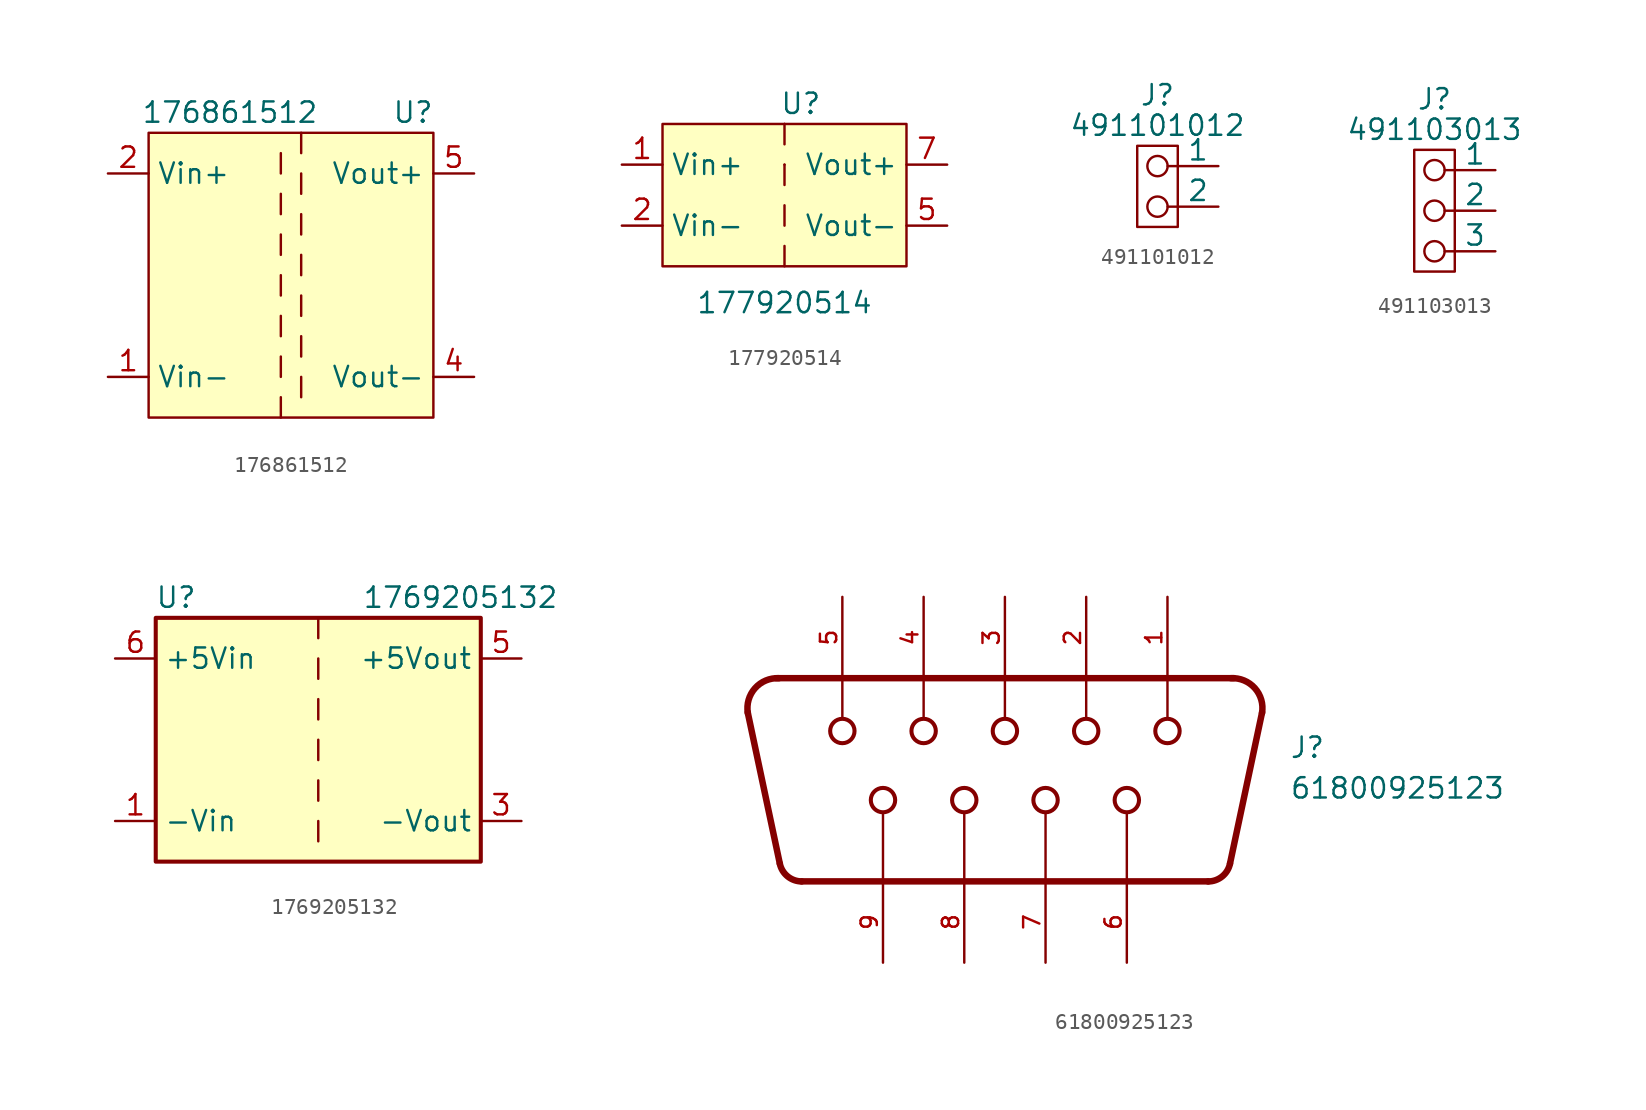
<source format=kicad_sym>
(kicad_symbol_lib
  (version 20231120)
  (generator "kicad_symbol_editor")
  (generator_version "8.0")
  (symbol "176861512"
    (property "Reference" "U"
      (at 7.62 10.16 0)
      (effects (font (size 1.27 1.27))))
    (property "Value" "176861512"
      (at -3.81 10.16 0)
      (effects (font (size 1.27 1.27))))
    (symbol "176861512_0_1"
      (rectangle (start -8.89 8.89) (end 8.89 -8.89) (stroke (width 0) (type default)) (fill (type background)))
      (polyline (pts (xy -0.635 -8.89) (xy -0.635 -7.62)) (stroke (width 0) (type default)) (fill (type none)))
      (polyline (pts (xy -0.635 -6.35) (xy -0.635 -5.08)) (stroke (width 0) (type default)) (fill (type none)))
      (polyline (pts (xy -0.635 -3.81) (xy -0.635 -2.54)) (stroke (width 0) (type default)) (fill (type none)))
      (polyline (pts (xy -0.635 -1.27) (xy -0.635 0)) (stroke (width 0) (type default)) (fill (type none)))
      (polyline (pts (xy -0.635 1.27) (xy -0.635 2.54)) (stroke (width 0) (type default)) (fill (type none)))
      (polyline (pts (xy -0.635 3.81) (xy -0.635 5.08)) (stroke (width 0) (type default)) (fill (type none)))
      (polyline (pts (xy -0.635 6.35) (xy -0.635 7.62)) (stroke (width 0) (type default)) (fill (type none)))
      (polyline (pts (xy 0.635 -6.35) (xy 0.635 -7.62)) (stroke (width 0) (type default)) (fill (type none)))
      (polyline (pts (xy 0.635 -3.81) (xy 0.635 -5.08)) (stroke (width 0) (type default)) (fill (type none)))
      (polyline (pts (xy 0.635 -1.27) (xy 0.635 -2.54)) (stroke (width 0) (type default)) (fill (type none)))
      (polyline (pts (xy 0.635 1.27) (xy 0.635 0)) (stroke (width 0) (type default)) (fill (type none)))
      (polyline (pts (xy 0.635 3.81) (xy 0.635 2.54)) (stroke (width 0) (type default)) (fill (type none)))
      (polyline (pts (xy 0.635 6.35) (xy 0.635 5.08)) (stroke (width 0) (type default)) (fill (type none)))
      (polyline (pts (xy 0.635 8.89) (xy 0.635 7.62)) (stroke (width 0) (type default)) (fill (type none))))
    (symbol "176861512_1_1"
      (pin passive line (at -11.43 -6.35 0) (length 2.54) (name "Vin-" (effects (font (size 1.27 1.27)))) (number "1" (effects (font (size 1.27 1.27)))))
      (pin passive line (at -11.43 6.35 0) (length 2.54) (name "Vin+" (effects (font (size 1.27 1.27)))) (number "2" (effects (font (size 1.27 1.27)))))
      (pin passive line (at 11.43 -6.35 180) (length 2.54) (name "Vout-" (effects (font (size 1.27 1.27)))) (number "4" (effects (font (size 1.27 1.27)))))
      (pin passive line (at 11.43 6.35 180) (length 2.54) (name "Vout+" (effects (font (size 1.27 1.27)))) (number "5" (effects (font (size 1.27 1.27)))))))
  (symbol "177920514"
    (property "Reference" "U"
      (at 1.016 5.08 0)
      (effects (font (size 1.27 1.27))))
    (property "Value" "177920514"
      (at 0 -7.366 0)
      (effects (font (size 1.27 1.27))))
    (symbol "177920514_0_1"
      (polyline (pts (xy 0 -3.81) (xy 0 -5.08)) (stroke (width 0) (type default)) (fill (type none)))
      (polyline (pts (xy 0 -1.27) (xy 0 -2.54)) (stroke (width 0) (type default)) (fill (type none)))
      (polyline (pts (xy 0 0) (xy 0 1.27)) (stroke (width 0) (type default)) (fill (type none)))
      (polyline (pts (xy 0 1.27) (xy 0 1.27)) (stroke (width 0) (type default)) (fill (type none)))
      (polyline (pts (xy 0 2.54) (xy 0 3.81)) (stroke (width 0) (type default)) (fill (type none)))
      (polyline (pts (xy 0 3.81) (xy 0 3.81)) (stroke (width 0) (type default)) (fill (type none))))
    (symbol "177920514_1_1"
      (rectangle (start -7.62 3.81) (end 7.62 -5.08) (stroke (width 0) (type default)) (fill (type background)))
      (pin input line (at -10.16 1.27 0) (length 2.54) (name "Vin+" (effects (font (size 1.27 1.27)))) (number "1" (effects (font (size 1.27 1.27)))))
      (pin input line (at -10.16 -2.54 0) (length 2.54) (name "Vin-" (effects (font (size 1.27 1.27)))) (number "2" (effects (font (size 1.27 1.27)))))
      (pin input line (at 10.16 -2.54 180) (length 2.54) (name "Vout-" (effects (font (size 1.27 1.27)))) (number "5" (effects (font (size 1.27 1.27)))))
      (pin input line (at 10.16 1.27 180) (length 2.54) (name "Vout+" (effects (font (size 1.27 1.27)))) (number "7" (effects (font (size 1.27 1.27)))))))
  (symbol "491101012"
    (pin_numbers hide)
    (pin_names
      (offset 0))
    (property "Reference" "J"
      (at 0 6.985 0)
      (effects (font (size 1.27 1.27))))
    (property "Value" "491101012"
      (at 0 5.08 0)
      (effects (font (size 1.27 1.27))))
    (symbol "491101012_0_1"
      (rectangle (start -1.27 3.81) (end 1.27 -1.27) (stroke (width 0) (type default)) (fill (type none)))
      (polyline (pts (xy 0.635 0) (xy 1.27 0)) (stroke (width 0) (type default)) (fill (type none)))
      (polyline (pts (xy 0.635 2.54) (xy 1.27 2.54)) (stroke (width 0) (type default)) (fill (type none)))
      (circle (center 0 0) (radius 0.635) (stroke (width 0) (type default)) (fill (type none)))
      (circle (center 0 2.54) (radius 0.635) (stroke (width 0) (type default)) (fill (type none))))
    (symbol "491101012_1_1"
      (pin passive line (at 3.81 2.54 180) (length 2.54) (name "1" (effects (font (size 1.27 1.27)))) (number "1" (effects (font (size 1.27 1.27)))))
      (pin passive line (at 3.81 0 180) (length 2.54) (name "2" (effects (font (size 1.27 1.27)))) (number "2" (effects (font (size 1.27 1.27)))))))
  (symbol "491103013"
    (pin_numbers hide)
    (pin_names
      (offset 0))
    (property "Reference" "J"
      (at 0 6.985 0)
      (effects (font (size 1.27 1.27))))
    (property "Value" "491103013"
      (at 0 5.08 0)
      (effects (font (size 1.27 1.27))))
    (symbol "491103013_0_1"
      (circle (center 0 -2.54) (radius 0.635) (stroke (width 0) (type default)) (fill (type none)))
      (polyline (pts (xy 0.635 -2.54) (xy 1.27 -2.54)) (stroke (width 0) (type default)) (fill (type none)))
      (polyline (pts (xy 0.635 0) (xy 1.27 0)) (stroke (width 0) (type default)) (fill (type none)))
      (polyline (pts (xy 0.635 2.54) (xy 1.27 2.54)) (stroke (width 0) (type default)) (fill (type none)))
      (circle (center 0 0) (radius 0.635) (stroke (width 0) (type default)) (fill (type none)))
      (circle (center 0 2.54) (radius 0.635) (stroke (width 0) (type default)) (fill (type none)))
      (rectangle (start 1.27 -3.81) (end -1.27 3.81) (stroke (width 0) (type default)) (fill (type none))))
    (symbol "491103013_1_1"
      (pin passive line (at 3.81 2.54 180) (length 2.54) (name "1" (effects (font (size 1.27 1.27)))) (number "1" (effects (font (size 1.27 1.27)))))
      (pin passive line (at 3.81 0 180) (length 2.54) (name "2" (effects (font (size 1.27 1.27)))) (number "2" (effects (font (size 1.27 1.27)))))
      (pin passive line (at 3.81 -2.54 180) (length 2.54) (name "3" (effects (font (size 1.27 1.27)))) (number "3" (effects (font (size 1.27 1.27)))))))
  (symbol "1769205132"
    (property "Reference" "U"
      (at -8.89 8.89 0)
      (effects (font (size 1.27 1.27))))
    (property "Value" "1769205132"
      (at 8.89 8.89 0)
      (effects (font (size 1.27 1.27))))
    (symbol "1769205132_0_1"
      (rectangle (start -10.16 7.62) (end 10.16 -7.62) (stroke (width 0.254) (type default)) (fill (type background)))
      (polyline (pts (xy 0 -5.08) (xy 0 -6.35)) (stroke (width 0) (type default)) (fill (type none)))
      (polyline (pts (xy 0 -2.54) (xy 0 -3.81)) (stroke (width 0) (type default)) (fill (type none)))
      (polyline (pts (xy 0 0) (xy 0 -1.27)) (stroke (width 0) (type default)) (fill (type none)))
      (polyline (pts (xy 0 2.54) (xy 0 1.27)) (stroke (width 0) (type default)) (fill (type none)))
      (polyline (pts (xy 0 5.08) (xy 0 3.81)) (stroke (width 0) (type default)) (fill (type none)))
      (polyline (pts (xy 0 7.62) (xy 0 6.35)) (stroke (width 0) (type default)) (fill (type none))))
    (symbol "1769205132_1_1"
      (pin power_in line (at -12.7 -5.08 0) (length 2.54) (name "-Vin" (effects (font (size 1.27 1.27)))) (number "1" (effects (font (size 1.27 1.27)))))
      (pin power_out line (at 12.7 -5.08 180) (length 2.54) (name "-Vout" (effects (font (size 1.27 1.27)))) (number "3" (effects (font (size 1.27 1.27)))))
      (pin power_out line (at 12.7 5.08 180) (length 2.54) (name "+5Vout" (effects (font (size 1.27 1.27)))) (number "5" (effects (font (size 1.27 1.27)))))
      (pin power_in line (at -12.7 5.08 0) (length 2.54) (name "+5Vin" (effects (font (size 1.27 1.27)))) (number "6" (effects (font (size 1.27 1.27)))))))
  (symbol "61800925123"
    (pin_names
      (offset 1.016))
    (property "Reference" "J"
      (at 17.78 0 0)
      (effects (font (size 1.27 1.27)) (justify left bottom)))
    (property "Value" "61800925123"
      (at 17.78 -2.54 0)
      (effects (font (size 1.27 1.27)) (justify left bottom)))
    (symbol "61800925123_0_0"
      (arc (start -14.1242 5.078) (mid -15.6205 4.4502) (end -16.0669 2.9006) (stroke (width 0.4064) (type default)) (fill (type none)))
      (arc (start -14.0694 -6.5054) (mid -13.586 -7.303) (end -12.7018 -7.624) (stroke (width 0.4064) (type default)) (fill (type none)))
      (circle (center -10.16 1.778) (radius 0.762) (stroke (width 0.254) (type default)) (fill (type none)))
      (circle (center -7.62 -2.54) (radius 0.762) (stroke (width 0.254) (type default)) (fill (type none)))
      (circle (center -5.08 1.778) (radius 0.762) (stroke (width 0.254) (type default)) (fill (type none)))
      (circle (center -2.54 -2.54) (radius 0.762) (stroke (width 0.254) (type default)) (fill (type none)))
      (polyline (pts (xy -16.076 2.95) (xy -14.069 -6.505)) (stroke (width 0.406) (type default)) (fill (type none)))
      (polyline (pts (xy -14.3 5.08) (xy 14.3 5.08)) (stroke (width 0.406) (type default)) (fill (type none)))
      (polyline (pts (xy -10.16 2.54) (xy -10.16 5.08)) (stroke (width 0.152) (type default)) (fill (type none)))
      (polyline (pts (xy -7.62 -7.66) (xy -7.62 -3.31)) (stroke (width 0.152) (type default)) (fill (type none)))
      (polyline (pts (xy -5.08 2.54) (xy -5.08 5.08)) (stroke (width 0.152) (type default)) (fill (type none)))
      (polyline (pts (xy -2.54 -7.66) (xy -2.54 -3.31)) (stroke (width 0.152) (type default)) (fill (type none)))
      (polyline (pts (xy 0 2.54) (xy 0 5.08)) (stroke (width 0.152) (type default)) (fill (type none)))
      (polyline (pts (xy 2.54 -7.66) (xy 2.54 -3.31)) (stroke (width 0.152) (type default)) (fill (type none)))
      (polyline (pts (xy 5.08 2.54) (xy 5.08 5.08)) (stroke (width 0.152) (type default)) (fill (type none)))
      (polyline (pts (xy 7.62 -7.66) (xy 7.62 -3.31)) (stroke (width 0.152) (type default)) (fill (type none)))
      (polyline (pts (xy 10.16 2.54) (xy 10.16 5.08)) (stroke (width 0.152) (type default)) (fill (type none)))
      (polyline (pts (xy 12.7 -7.62) (xy -12.7 -7.62)) (stroke (width 0.406) (type default)) (fill (type none)))
      (polyline (pts (xy 16.076 2.95) (xy 14.069 -6.505)) (stroke (width 0.406) (type default)) (fill (type none)))
      (circle (center 0 1.778) (radius 0.762) (stroke (width 0.254) (type default)) (fill (type none)))
      (circle (center 2.54 -2.54) (radius 0.762) (stroke (width 0.254) (type default)) (fill (type none)))
      (circle (center 5.08 1.778) (radius 0.762) (stroke (width 0.254) (type default)) (fill (type none)))
      (circle (center 7.62 -2.54) (radius 0.762) (stroke (width 0.254) (type default)) (fill (type none)))
      (circle (center 10.16 1.778) (radius 0.762) (stroke (width 0.254) (type default)) (fill (type none)))
      (arc (start 12.7018 -7.624) (mid 13.5829 -7.3058) (end 14.0694 -6.5054) (stroke (width 0.4064) (type default)) (fill (type none)))
      (arc (start 16.0669 2.9006) (mid 15.6179 4.456) (end 14.1242 5.078) (stroke (width 0.4064) (type default)) (fill (type none)))
      (pin bidirectional line (at 10.16 10.16 270) (length 5.08) (name "~" (effects (font (size 1.016 1.016)))) (number "1" (effects (font (size 1.016 1.016)))))
      (pin bidirectional line (at 5.08 10.16 270) (length 5.08) (name "~" (effects (font (size 1.016 1.016)))) (number "2" (effects (font (size 1.016 1.016)))))
      (pin bidirectional line (at 0 10.16 270) (length 5.08) (name "~" (effects (font (size 1.016 1.016)))) (number "3" (effects (font (size 1.016 1.016)))))
      (pin bidirectional line (at -5.08 10.16 270) (length 5.08) (name "~" (effects (font (size 1.016 1.016)))) (number "4" (effects (font (size 1.016 1.016)))))
      (pin bidirectional line (at -10.16 10.16 270) (length 5.08) (name "~" (effects (font (size 1.016 1.016)))) (number "5" (effects (font (size 1.016 1.016)))))
      (pin bidirectional line (at 7.62 -12.7 90) (length 5.08) (name "~" (effects (font (size 1.016 1.016)))) (number "6" (effects (font (size 1.016 1.016)))))
      (pin bidirectional line (at 2.54 -12.7 90) (length 5.08) (name "~" (effects (font (size 1.016 1.016)))) (number "7" (effects (font (size 1.016 1.016)))))
      (pin bidirectional line (at -2.54 -12.7 90) (length 5.08) (name "~" (effects (font (size 1.016 1.016)))) (number "8" (effects (font (size 1.016 1.016)))))
      (pin bidirectional line (at -7.62 -12.7 90) (length 5.08) (name "~" (effects (font (size 1.016 1.016)))) (number "9" (effects (font (size 1.016 1.016))))))))
</source>
